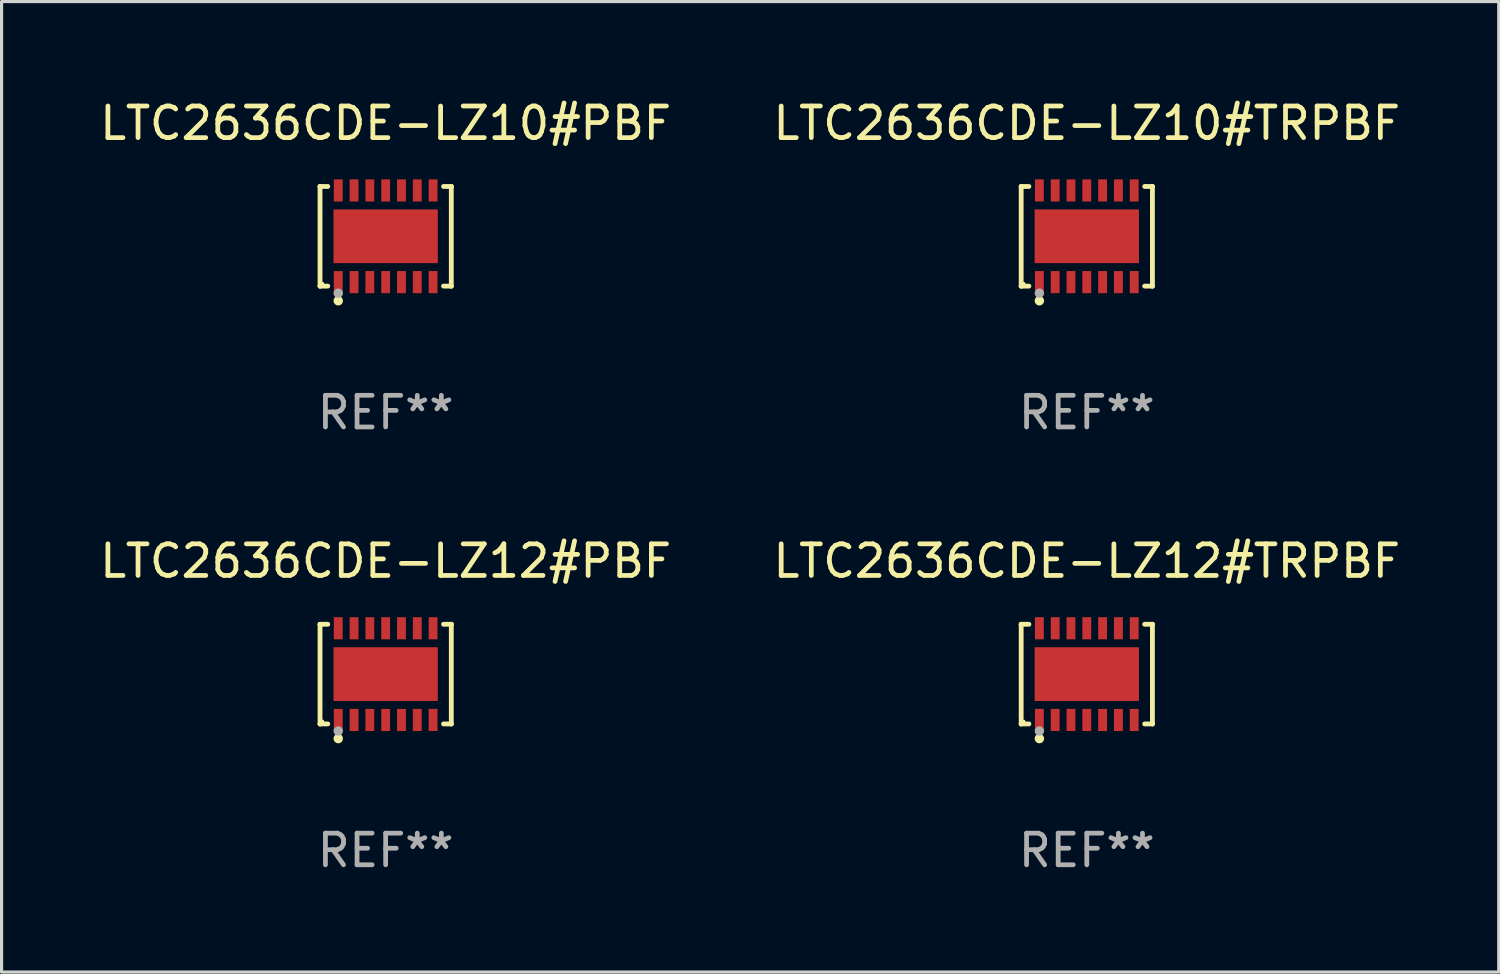
<source format=kicad_pcb>
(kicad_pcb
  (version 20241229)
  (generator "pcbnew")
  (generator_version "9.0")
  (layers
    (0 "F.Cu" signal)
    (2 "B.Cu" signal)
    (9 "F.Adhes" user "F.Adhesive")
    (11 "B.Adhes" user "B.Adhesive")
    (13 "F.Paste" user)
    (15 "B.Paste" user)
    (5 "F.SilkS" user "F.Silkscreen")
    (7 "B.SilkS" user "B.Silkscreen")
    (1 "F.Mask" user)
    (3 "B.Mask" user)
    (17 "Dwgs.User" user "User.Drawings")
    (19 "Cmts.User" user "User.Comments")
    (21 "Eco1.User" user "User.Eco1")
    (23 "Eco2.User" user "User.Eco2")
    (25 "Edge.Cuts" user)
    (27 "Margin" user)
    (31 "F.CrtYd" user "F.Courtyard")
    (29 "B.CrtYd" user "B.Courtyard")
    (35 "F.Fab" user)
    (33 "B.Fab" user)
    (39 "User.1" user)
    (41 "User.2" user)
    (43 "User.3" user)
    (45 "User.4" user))
  (footprint "LTC2636CDE-LZ10#TRPBF"
    (layer "F.Cu")
    (at 31.327 4.424)
    (property "Reference" "LTC2636CDE-LZ10#TRPBF" (at 0 -3.576 0) (layer "F.SilkS") (effects (font (size 1 1) (thickness 0.15))))
    (attr through_hole)
    (fp_line (start -2.076 -1.576) (end -2.076 -1.576) (stroke (width 0.152) (type solid)) (layer "F.SilkS"))
    (fp_line (start -2.076 -1.576) (end -1.831 -1.576) (stroke (width 0.152) (type solid)) (layer "F.SilkS"))
    (fp_line (start -2.076 1.576) (end -2.076 -1.576) (stroke (width 0.152) (type solid)) (layer "F.SilkS"))
    (fp_line (start -2.076 1.576) (end -2.076 1.576) (stroke (width 0.152) (type solid)) (layer "F.SilkS"))
    (fp_line (start -1.831 1.576) (end -2.076 1.576) (stroke (width 0.152) (type solid)) (layer "F.SilkS"))
    (fp_line (start 1.831 1.576) (end 2.076 1.576) (stroke (width 0.152) (type solid)) (layer "F.SilkS"))
    (fp_line (start 2.076 -1.576) (end 1.831 -1.576) (stroke (width 0.152) (type solid)) (layer "F.SilkS"))
    (fp_line (start 2.076 -1.576) (end 2.076 -1.576) (stroke (width 0.152) (type solid)) (layer "F.SilkS"))
    (fp_line (start 2.076 1.576) (end 2.076 -1.576) (stroke (width 0.152) (type solid)) (layer "F.SilkS"))
    (fp_line (start 2.076 1.576) (end 2.076 1.576) (stroke (width 0.152) (type solid)) (layer "F.SilkS"))
    (fp_circle (center -2 1.5) (end -1.97 1.5) (stroke (width 0.06) (type solid)) (fill no) (layer "F.SilkS"))
    (fp_circle (center -1.5 2.04) (end -1.425 2.04) (stroke (width 0.15) (type solid)) (fill no) (layer "F.SilkS"))
    (fp_circle (center -1.5 1.8) (end -1.425 1.8) (stroke (width 0.15) (type solid)) (fill no) (layer "F.Fab"))
    (fp_text user "REF**" (at 0 5.576 0) (layer "F.Fab") (effects (font (size 1 1) (thickness 0.15))))
    (pad "1" smd rect (at -1.5 1.45) (size 0.28 0.7) (layers "F.Cu" "F.Mask" "F.Paste"))
    (pad "2" smd rect (at -1 1.45) (size 0.28 0.7) (layers "F.Cu" "F.Mask" "F.Paste"))
    (pad "3" smd rect (at -0.5 1.45) (size 0.28 0.7) (layers "F.Cu" "F.Mask" "F.Paste"))
    (pad "4" smd rect (at 0 1.45) (size 0.28 0.7) (layers "F.Cu" "F.Mask" "F.Paste"))
    (pad "5" smd rect (at 0.5 1.45) (size 0.28 0.7) (layers "F.Cu" "F.Mask" "F.Paste"))
    (pad "6" smd rect (at 1 1.45) (size 0.28 0.7) (layers "F.Cu" "F.Mask" "F.Paste"))
    (pad "7" smd rect (at 1.5 1.45) (size 0.28 0.7) (layers "F.Cu" "F.Mask" "F.Paste"))
    (pad "8" smd rect (at 1.5 -1.45) (size 0.28 0.7) (layers "F.Cu" "F.Mask" "F.Paste"))
    (pad "9" smd rect (at 1 -1.45) (size 0.28 0.7) (layers "F.Cu" "F.Mask" "F.Paste"))
    (pad "10" smd rect (at 0.5 -1.45) (size 0.28 0.7) (layers "F.Cu" "F.Mask" "F.Paste"))
    (pad "11" smd rect (at 0 -1.45) (size 0.28 0.7) (layers "F.Cu" "F.Mask" "F.Paste"))
    (pad "12" smd rect (at -0.5 -1.45) (size 0.28 0.7) (layers "F.Cu" "F.Mask" "F.Paste"))
    (pad "13" smd rect (at -1 -1.45) (size 0.28 0.7) (layers "F.Cu" "F.Mask" "F.Paste"))
    (pad "14" smd rect (at -1.5 -1.45) (size 0.28 0.7) (layers "F.Cu" "F.Mask" "F.Paste"))
    (pad "15" smd rect (at 0 0) (size 3.3 1.7) (layers "F.Cu" "F.Mask" "F.Paste")))
  (footprint "LTC2636CDE-LZ12#PBF"
    (layer "F.Cu")
    (at 9.149 18.273)
    (property "Reference" "LTC2636CDE-LZ12#PBF" (at 0 -3.576 0) (layer "F.SilkS") (effects (font (size 1 1) (thickness 0.15))))
    (attr through_hole)
    (fp_line (start -2.076 -1.576) (end -2.076 -1.576) (stroke (width 0.152) (type solid)) (layer "F.SilkS"))
    (fp_line (start -2.076 -1.576) (end -1.831 -1.576) (stroke (width 0.152) (type solid)) (layer "F.SilkS"))
    (fp_line (start -2.076 1.576) (end -2.076 -1.576) (stroke (width 0.152) (type solid)) (layer "F.SilkS"))
    (fp_line (start -2.076 1.576) (end -2.076 1.576) (stroke (width 0.152) (type solid)) (layer "F.SilkS"))
    (fp_line (start -1.831 1.576) (end -2.076 1.576) (stroke (width 0.152) (type solid)) (layer "F.SilkS"))
    (fp_line (start 1.831 1.576) (end 2.076 1.576) (stroke (width 0.152) (type solid)) (layer "F.SilkS"))
    (fp_line (start 2.076 -1.576) (end 1.831 -1.576) (stroke (width 0.152) (type solid)) (layer "F.SilkS"))
    (fp_line (start 2.076 -1.576) (end 2.076 -1.576) (stroke (width 0.152) (type solid)) (layer "F.SilkS"))
    (fp_line (start 2.076 1.576) (end 2.076 -1.576) (stroke (width 0.152) (type solid)) (layer "F.SilkS"))
    (fp_line (start 2.076 1.576) (end 2.076 1.576) (stroke (width 0.152) (type solid)) (layer "F.SilkS"))
    (fp_circle (center -2 1.5) (end -1.97 1.5) (stroke (width 0.06) (type solid)) (fill no) (layer "F.SilkS"))
    (fp_circle (center -1.5 2.04) (end -1.425 2.04) (stroke (width 0.15) (type solid)) (fill no) (layer "F.SilkS"))
    (fp_circle (center -1.5 1.8) (end -1.425 1.8) (stroke (width 0.15) (type solid)) (fill no) (layer "F.Fab"))
    (fp_text user "REF**" (at 0 5.576 0) (layer "F.Fab") (effects (font (size 1 1) (thickness 0.15))))
    (pad "1" smd rect (at -1.5 1.45) (size 0.28 0.7) (layers "F.Cu" "F.Mask" "F.Paste"))
    (pad "2" smd rect (at -1 1.45) (size 0.28 0.7) (layers "F.Cu" "F.Mask" "F.Paste"))
    (pad "3" smd rect (at -0.5 1.45) (size 0.28 0.7) (layers "F.Cu" "F.Mask" "F.Paste"))
    (pad "4" smd rect (at 0 1.45) (size 0.28 0.7) (layers "F.Cu" "F.Mask" "F.Paste"))
    (pad "5" smd rect (at 0.5 1.45) (size 0.28 0.7) (layers "F.Cu" "F.Mask" "F.Paste"))
    (pad "6" smd rect (at 1 1.45) (size 0.28 0.7) (layers "F.Cu" "F.Mask" "F.Paste"))
    (pad "7" smd rect (at 1.5 1.45) (size 0.28 0.7) (layers "F.Cu" "F.Mask" "F.Paste"))
    (pad "8" smd rect (at 1.5 -1.45) (size 0.28 0.7) (layers "F.Cu" "F.Mask" "F.Paste"))
    (pad "9" smd rect (at 1 -1.45) (size 0.28 0.7) (layers "F.Cu" "F.Mask" "F.Paste"))
    (pad "10" smd rect (at 0.5 -1.45) (size 0.28 0.7) (layers "F.Cu" "F.Mask" "F.Paste"))
    (pad "11" smd rect (at 0 -1.45) (size 0.28 0.7) (layers "F.Cu" "F.Mask" "F.Paste"))
    (pad "12" smd rect (at -0.5 -1.45) (size 0.28 0.7) (layers "F.Cu" "F.Mask" "F.Paste"))
    (pad "13" smd rect (at -1 -1.45) (size 0.28 0.7) (layers "F.Cu" "F.Mask" "F.Paste"))
    (pad "14" smd rect (at -1.5 -1.45) (size 0.28 0.7) (layers "F.Cu" "F.Mask" "F.Paste"))
    (pad "15" smd rect (at 0 0) (size 3.3 1.7) (layers "F.Cu" "F.Mask" "F.Paste")))
  (footprint "LTC2636CDE-LZ12#TRPBF"
    (layer "F.Cu")
    (at 31.327 18.273)
    (property "Reference" "LTC2636CDE-LZ12#TRPBF" (at 0 -3.576 0) (layer "F.SilkS") (effects (font (size 1 1) (thickness 0.15))))
    (attr through_hole)
    (fp_line (start -2.076 -1.576) (end -2.076 -1.576) (stroke (width 0.152) (type solid)) (layer "F.SilkS"))
    (fp_line (start -2.076 -1.576) (end -1.831 -1.576) (stroke (width 0.152) (type solid)) (layer "F.SilkS"))
    (fp_line (start -2.076 1.576) (end -2.076 -1.576) (stroke (width 0.152) (type solid)) (layer "F.SilkS"))
    (fp_line (start -2.076 1.576) (end -2.076 1.576) (stroke (width 0.152) (type solid)) (layer "F.SilkS"))
    (fp_line (start -1.831 1.576) (end -2.076 1.576) (stroke (width 0.152) (type solid)) (layer "F.SilkS"))
    (fp_line (start 1.831 1.576) (end 2.076 1.576) (stroke (width 0.152) (type solid)) (layer "F.SilkS"))
    (fp_line (start 2.076 -1.576) (end 1.831 -1.576) (stroke (width 0.152) (type solid)) (layer "F.SilkS"))
    (fp_line (start 2.076 -1.576) (end 2.076 -1.576) (stroke (width 0.152) (type solid)) (layer "F.SilkS"))
    (fp_line (start 2.076 1.576) (end 2.076 -1.576) (stroke (width 0.152) (type solid)) (layer "F.SilkS"))
    (fp_line (start 2.076 1.576) (end 2.076 1.576) (stroke (width 0.152) (type solid)) (layer "F.SilkS"))
    (fp_circle (center -2 1.5) (end -1.97 1.5) (stroke (width 0.06) (type solid)) (fill no) (layer "F.SilkS"))
    (fp_circle (center -1.5 2.04) (end -1.425 2.04) (stroke (width 0.15) (type solid)) (fill no) (layer "F.SilkS"))
    (fp_circle (center -1.5 1.8) (end -1.425 1.8) (stroke (width 0.15) (type solid)) (fill no) (layer "F.Fab"))
    (fp_text user "REF**" (at 0 5.576 0) (layer "F.Fab") (effects (font (size 1 1) (thickness 0.15))))
    (pad "1" smd rect (at -1.5 1.45) (size 0.28 0.7) (layers "F.Cu" "F.Mask" "F.Paste"))
    (pad "2" smd rect (at -1 1.45) (size 0.28 0.7) (layers "F.Cu" "F.Mask" "F.Paste"))
    (pad "3" smd rect (at -0.5 1.45) (size 0.28 0.7) (layers "F.Cu" "F.Mask" "F.Paste"))
    (pad "4" smd rect (at 0 1.45) (size 0.28 0.7) (layers "F.Cu" "F.Mask" "F.Paste"))
    (pad "5" smd rect (at 0.5 1.45) (size 0.28 0.7) (layers "F.Cu" "F.Mask" "F.Paste"))
    (pad "6" smd rect (at 1 1.45) (size 0.28 0.7) (layers "F.Cu" "F.Mask" "F.Paste"))
    (pad "7" smd rect (at 1.5 1.45) (size 0.28 0.7) (layers "F.Cu" "F.Mask" "F.Paste"))
    (pad "8" smd rect (at 1.5 -1.45) (size 0.28 0.7) (layers "F.Cu" "F.Mask" "F.Paste"))
    (pad "9" smd rect (at 1 -1.45) (size 0.28 0.7) (layers "F.Cu" "F.Mask" "F.Paste"))
    (pad "10" smd rect (at 0.5 -1.45) (size 0.28 0.7) (layers "F.Cu" "F.Mask" "F.Paste"))
    (pad "11" smd rect (at 0 -1.45) (size 0.28 0.7) (layers "F.Cu" "F.Mask" "F.Paste"))
    (pad "12" smd rect (at -0.5 -1.45) (size 0.28 0.7) (layers "F.Cu" "F.Mask" "F.Paste"))
    (pad "13" smd rect (at -1 -1.45) (size 0.28 0.7) (layers "F.Cu" "F.Mask" "F.Paste"))
    (pad "14" smd rect (at -1.5 -1.45) (size 0.28 0.7) (layers "F.Cu" "F.Mask" "F.Paste"))
    (pad "15" smd rect (at 0 0) (size 3.3 1.7) (layers "F.Cu" "F.Mask" "F.Paste")))
  (footprint "LTC2636CDE-LZ10#PBF"
    (layer "F.Cu")
    (at 9.149 4.424)
    (property "Reference" "LTC2636CDE-LZ10#PBF" (at 0 -3.576 0) (layer "F.SilkS") (effects (font (size 1 1) (thickness 0.15))))
    (attr through_hole)
    (fp_line (start -2.076 -1.576) (end -2.076 -1.576) (stroke (width 0.152) (type solid)) (layer "F.SilkS"))
    (fp_line (start -2.076 -1.576) (end -1.831 -1.576) (stroke (width 0.152) (type solid)) (layer "F.SilkS"))
    (fp_line (start -2.076 1.576) (end -2.076 -1.576) (stroke (width 0.152) (type solid)) (layer "F.SilkS"))
    (fp_line (start -2.076 1.576) (end -2.076 1.576) (stroke (width 0.152) (type solid)) (layer "F.SilkS"))
    (fp_line (start -1.831 1.576) (end -2.076 1.576) (stroke (width 0.152) (type solid)) (layer "F.SilkS"))
    (fp_line (start 1.831 1.576) (end 2.076 1.576) (stroke (width 0.152) (type solid)) (layer "F.SilkS"))
    (fp_line (start 2.076 -1.576) (end 1.831 -1.576) (stroke (width 0.152) (type solid)) (layer "F.SilkS"))
    (fp_line (start 2.076 -1.576) (end 2.076 -1.576) (stroke (width 0.152) (type solid)) (layer "F.SilkS"))
    (fp_line (start 2.076 1.576) (end 2.076 -1.576) (stroke (width 0.152) (type solid)) (layer "F.SilkS"))
    (fp_line (start 2.076 1.576) (end 2.076 1.576) (stroke (width 0.152) (type solid)) (layer "F.SilkS"))
    (fp_circle (center -2 1.5) (end -1.97 1.5) (stroke (width 0.06) (type solid)) (fill no) (layer "F.SilkS"))
    (fp_circle (center -1.5 2.04) (end -1.425 2.04) (stroke (width 0.15) (type solid)) (fill no) (layer "F.SilkS"))
    (fp_circle (center -1.5 1.8) (end -1.425 1.8) (stroke (width 0.15) (type solid)) (fill no) (layer "F.Fab"))
    (fp_text user "REF**" (at 0 5.576 0) (layer "F.Fab") (effects (font (size 1 1) (thickness 0.15))))
    (pad "1" smd rect (at -1.5 1.45) (size 0.28 0.7) (layers "F.Cu" "F.Mask" "F.Paste"))
    (pad "2" smd rect (at -1 1.45) (size 0.28 0.7) (layers "F.Cu" "F.Mask" "F.Paste"))
    (pad "3" smd rect (at -0.5 1.45) (size 0.28 0.7) (layers "F.Cu" "F.Mask" "F.Paste"))
    (pad "4" smd rect (at 0 1.45) (size 0.28 0.7) (layers "F.Cu" "F.Mask" "F.Paste"))
    (pad "5" smd rect (at 0.5 1.45) (size 0.28 0.7) (layers "F.Cu" "F.Mask" "F.Paste"))
    (pad "6" smd rect (at 1 1.45) (size 0.28 0.7) (layers "F.Cu" "F.Mask" "F.Paste"))
    (pad "7" smd rect (at 1.5 1.45) (size 0.28 0.7) (layers "F.Cu" "F.Mask" "F.Paste"))
    (pad "8" smd rect (at 1.5 -1.45) (size 0.28 0.7) (layers "F.Cu" "F.Mask" "F.Paste"))
    (pad "9" smd rect (at 1 -1.45) (size 0.28 0.7) (layers "F.Cu" "F.Mask" "F.Paste"))
    (pad "10" smd rect (at 0.5 -1.45) (size 0.28 0.7) (layers "F.Cu" "F.Mask" "F.Paste"))
    (pad "11" smd rect (at 0 -1.45) (size 0.28 0.7) (layers "F.Cu" "F.Mask" "F.Paste"))
    (pad "12" smd rect (at -0.5 -1.45) (size 0.28 0.7) (layers "F.Cu" "F.Mask" "F.Paste"))
    (pad "13" smd rect (at -1 -1.45) (size 0.28 0.7) (layers "F.Cu" "F.Mask" "F.Paste"))
    (pad "14" smd rect (at -1.5 -1.45) (size 0.28 0.7) (layers "F.Cu" "F.Mask" "F.Paste"))
    (pad "15" smd rect (at 0 0) (size 3.3 1.7) (layers "F.Cu" "F.Mask" "F.Paste")))
  (gr_rect
    (start -3 -3)
    (end 44.357 27.698)
    (stroke (width 0.1) (type default))
    (fill no)
    (layer "Edge.Cuts")))
</source>
